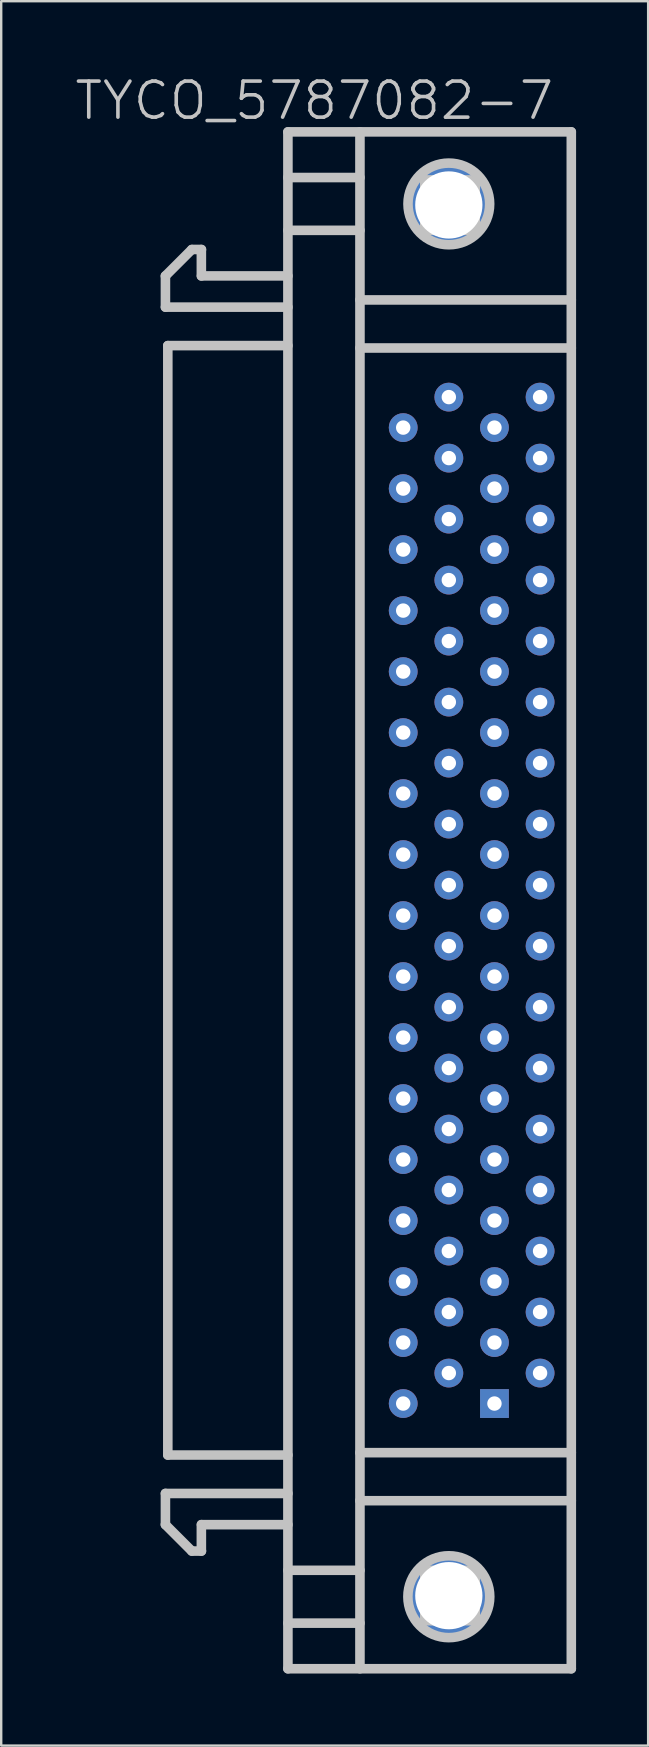
<source format=kicad_pcb>
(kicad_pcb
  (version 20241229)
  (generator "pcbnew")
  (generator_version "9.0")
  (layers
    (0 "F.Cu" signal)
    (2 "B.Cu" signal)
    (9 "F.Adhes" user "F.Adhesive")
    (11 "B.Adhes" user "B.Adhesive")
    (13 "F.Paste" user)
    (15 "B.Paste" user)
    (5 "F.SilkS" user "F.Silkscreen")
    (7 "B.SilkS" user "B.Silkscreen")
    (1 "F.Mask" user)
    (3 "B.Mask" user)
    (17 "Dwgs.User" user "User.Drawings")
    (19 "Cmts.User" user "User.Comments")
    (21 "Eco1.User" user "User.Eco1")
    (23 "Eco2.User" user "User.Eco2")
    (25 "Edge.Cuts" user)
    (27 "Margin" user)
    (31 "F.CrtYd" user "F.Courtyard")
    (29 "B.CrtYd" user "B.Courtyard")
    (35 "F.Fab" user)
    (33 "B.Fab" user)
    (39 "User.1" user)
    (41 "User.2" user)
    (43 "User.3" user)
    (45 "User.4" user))
  (footprint "TYCO_5787082-7"
    (layer "F.Cu")
    (at 10.039 34.441)
    (property "Reference" "TYCO_5787082-7" (at 0 -33.3 180) (layer "Dwgs.User") (effects (font (size 1.5 1.5) (thickness 0.15))))
    (attr through_hole)
    (fp_line (start -6.203 -25.999) (end -5.103 -27.099) (stroke (width 0.399) (type solid)) (layer "Dwgs.User"))
    (fp_line (start -6.203 25.997) (end -5.103 27.097) (stroke (width 0.399) (type solid)) (layer "Dwgs.User"))
    (fp_line (start -6.2 -26.002) (end -6.2 -24.701) (stroke (width 0.399) (type solid)) (layer "Dwgs.User"))
    (fp_line (start -6.2 -24.701) (end -1.1 -24.701) (stroke (width 0.399) (type solid)) (layer "Dwgs.User"))
    (fp_line (start -6.2 24.699) (end -1.1 24.699) (stroke (width 0.399) (type solid)) (layer "Dwgs.User"))
    (fp_line (start -6.2 25.999) (end -6.2 24.699) (stroke (width 0.399) (type solid)) (layer "Dwgs.User"))
    (fp_line (start -6.101 -23.099) (end -1.1 -23.099) (stroke (width 0.399) (type solid)) (layer "Dwgs.User"))
    (fp_line (start -6.101 23.099) (end -6.101 -23.099) (stroke (width 0.399) (type solid)) (layer "Dwgs.User"))
    (fp_line (start -6.101 23.099) (end -1.1 23.099) (stroke (width 0.399) (type solid)) (layer "Dwgs.User"))
    (fp_line (start -4.704 -27.099) (end -4.704 -25.999) (stroke (width 0.399) (type solid)) (layer "Dwgs.User"))
    (fp_line (start -4.704 27.097) (end -4.704 25.997) (stroke (width 0.399) (type solid)) (layer "Dwgs.User"))
    (fp_line (start -4.699 -27.102) (end -5.1 -27.102) (stroke (width 0.399) (type solid)) (layer "Dwgs.User"))
    (fp_line (start -4.699 -26.002) (end -1.1 -26.002) (stroke (width 0.399) (type solid)) (layer "Dwgs.User"))
    (fp_line (start -4.699 25.999) (end -1.1 25.999) (stroke (width 0.399) (type solid)) (layer "Dwgs.User"))
    (fp_line (start -4.699 27.099) (end -5.1 27.099) (stroke (width 0.399) (type solid)) (layer "Dwgs.User"))
    (fp_line (start -1.1 -31.999) (end -1.1 31.999) (stroke (width 0.399) (type solid)) (layer "Dwgs.User"))
    (fp_line (start -1.1 -27.899) (end 1.9 -27.899) (stroke (width 0.399) (type solid)) (layer "Dwgs.User"))
    (fp_line (start -1.1 31.999) (end 10.701 31.999) (stroke (width 0.399) (type solid)) (layer "Dwgs.User"))
    (fp_line (start 1.9 -31.999) (end 1.9 31.999) (stroke (width 0.399) (type solid)) (layer "Dwgs.User"))
    (fp_line (start 1.9 -30.099) (end -1.1 -30.099) (stroke (width 0.399) (type solid)) (layer "Dwgs.User"))
    (fp_line (start 1.9 -25.001) (end 10.701 -25.001) (stroke (width 0.399) (type solid)) (layer "Dwgs.User"))
    (fp_line (start 1.9 25.001) (end 10.701 25.001) (stroke (width 0.399) (type solid)) (layer "Dwgs.User"))
    (fp_line (start 1.9 27.899) (end -1.1 27.899) (stroke (width 0.399) (type solid)) (layer "Dwgs.User"))
    (fp_line (start 1.9 30.099) (end -1.1 30.099) (stroke (width 0.399) (type solid)) (layer "Dwgs.User"))
    (fp_line (start 4.6 -30) (end 6.701 -30) (stroke (width 0.399) (type solid)) (layer "Dwgs.User"))
    (fp_line (start 4.6 -27.899) (end 4.6 -30) (stroke (width 0.399) (type solid)) (layer "Dwgs.User"))
    (fp_line (start 4.6 27.899) (end 4.6 30) (stroke (width 0.399) (type solid)) (layer "Dwgs.User"))
    (fp_line (start 4.6 30) (end 6.701 30) (stroke (width 0.399) (type solid)) (layer "Dwgs.User"))
    (fp_line (start 6.701 -30) (end 6.701 -27.899) (stroke (width 0.399) (type solid)) (layer "Dwgs.User"))
    (fp_line (start 6.701 -27.899) (end 4.6 -27.899) (stroke (width 0.399) (type solid)) (layer "Dwgs.User"))
    (fp_line (start 6.701 27.899) (end 4.6 27.899) (stroke (width 0.399) (type solid)) (layer "Dwgs.User"))
    (fp_line (start 6.701 30) (end 6.701 27.899) (stroke (width 0.399) (type solid)) (layer "Dwgs.User"))
    (fp_line (start 10.701 -31.999) (end -1.1 -31.999) (stroke (width 0.399) (type solid)) (layer "Dwgs.User"))
    (fp_line (start 10.701 -23) (end 1.9 -23) (stroke (width 0.399) (type solid)) (layer "Dwgs.User"))
    (fp_line (start 10.701 23) (end 1.9 23) (stroke (width 0.399) (type solid)) (layer "Dwgs.User"))
    (fp_line (start 10.701 31.999) (end 10.701 -31.999) (stroke (width 0.399) (type solid)) (layer "Dwgs.User"))
    (fp_circle (center 5.601 -28.999) (end 6.401 -30.5) (stroke (width 0.399) (type solid)) (fill no) (layer "Dwgs.User"))
    (fp_circle (center 5.601 28.999) (end 5.499 30.701) (stroke (width 0.399) (type solid)) (fill no) (layer "Dwgs.User"))
    (pad "" thru_hole circle (at 5.601 -28.956 270) (size 3.4 3.4) (drill 2.8) (layers "*.Cu" "*.Mask"))
    (pad "" thru_hole circle (at 5.601 28.956 270) (size 3.4 3.4) (drill 2.8) (layers "*.Cu" "*.Mask"))
    (pad "1" thru_hole rect (at 7.501 20.955) (size 1.2 1.2) (drill 0.6) (layers "*.Cu" "*.Mask"))
    (pad "2" thru_hole circle (at 9.401 19.685 270) (size 1.2 1.2) (drill 0.6) (layers "*.Cu" "*.Mask"))
    (pad "3" thru_hole circle (at 7.501 18.415 270) (size 1.2 1.2) (drill 0.6) (layers "*.Cu" "*.Mask"))
    (pad "4" thru_hole circle (at 9.401 17.145 270) (size 1.2 1.2) (drill 0.6) (layers "*.Cu" "*.Mask"))
    (pad "5" thru_hole circle (at 7.501 15.875 270) (size 1.2 1.2) (drill 0.6) (layers "*.Cu" "*.Mask"))
    (pad "6" thru_hole circle (at 9.401 14.605 270) (size 1.2 1.2) (drill 0.6) (layers "*.Cu" "*.Mask"))
    (pad "7" thru_hole circle (at 7.501 13.335 270) (size 1.2 1.2) (drill 0.6) (layers "*.Cu" "*.Mask"))
    (pad "8" thru_hole circle (at 9.401 12.065 270) (size 1.2 1.2) (drill 0.6) (layers "*.Cu" "*.Mask"))
    (pad "9" thru_hole circle (at 7.501 10.795 270) (size 1.2 1.2) (drill 0.6) (layers "*.Cu" "*.Mask"))
    (pad "10" thru_hole circle (at 9.401 9.525 270) (size 1.2 1.2) (drill 0.6) (layers "*.Cu" "*.Mask"))
    (pad "11" thru_hole circle (at 7.501 8.255 270) (size 1.2 1.2) (drill 0.6) (layers "*.Cu" "*.Mask"))
    (pad "12" thru_hole circle (at 9.401 6.985 270) (size 1.2 1.2) (drill 0.6) (layers "*.Cu" "*.Mask"))
    (pad "13" thru_hole circle (at 7.501 5.715 270) (size 1.2 1.2) (drill 0.6) (layers "*.Cu" "*.Mask"))
    (pad "14" thru_hole circle (at 9.401 4.445 270) (size 1.2 1.2) (drill 0.6) (layers "*.Cu" "*.Mask"))
    (pad "15" thru_hole circle (at 7.501 3.175 270) (size 1.2 1.2) (drill 0.6) (layers "*.Cu" "*.Mask"))
    (pad "16" thru_hole circle (at 9.401 1.905 270) (size 1.2 1.2) (drill 0.6) (layers "*.Cu" "*.Mask"))
    (pad "17" thru_hole circle (at 7.501 0.635 270) (size 1.2 1.2) (drill 0.6) (layers "*.Cu" "*.Mask"))
    (pad "18" thru_hole circle (at 9.401 -0.635 270) (size 1.2 1.2) (drill 0.6) (layers "*.Cu" "*.Mask"))
    (pad "19" thru_hole circle (at 7.501 -1.905 270) (size 1.2 1.2) (drill 0.6) (layers "*.Cu" "*.Mask"))
    (pad "20" thru_hole circle (at 9.401 -3.175 270) (size 1.2 1.2) (drill 0.6) (layers "*.Cu" "*.Mask"))
    (pad "21" thru_hole circle (at 7.501 -4.445 270) (size 1.2 1.2) (drill 0.6) (layers "*.Cu" "*.Mask"))
    (pad "22" thru_hole circle (at 9.401 -5.715 270) (size 1.2 1.2) (drill 0.6) (layers "*.Cu" "*.Mask"))
    (pad "23" thru_hole circle (at 7.501 -6.985 270) (size 1.2 1.2) (drill 0.6) (layers "*.Cu" "*.Mask"))
    (pad "24" thru_hole circle (at 9.401 -8.255 270) (size 1.2 1.2) (drill 0.6) (layers "*.Cu" "*.Mask"))
    (pad "25" thru_hole circle (at 7.501 -9.525 270) (size 1.2 1.2) (drill 0.6) (layers "*.Cu" "*.Mask"))
    (pad "26" thru_hole circle (at 9.401 -10.795 270) (size 1.2 1.2) (drill 0.6) (layers "*.Cu" "*.Mask"))
    (pad "27" thru_hole circle (at 7.501 -12.065 270) (size 1.2 1.2) (drill 0.6) (layers "*.Cu" "*.Mask"))
    (pad "28" thru_hole circle (at 9.401 -13.335 270) (size 1.2 1.2) (drill 0.6) (layers "*.Cu" "*.Mask"))
    (pad "29" thru_hole circle (at 7.501 -14.605 270) (size 1.2 1.2) (drill 0.6) (layers "*.Cu" "*.Mask"))
    (pad "30" thru_hole circle (at 9.401 -15.875 270) (size 1.2 1.2) (drill 0.6) (layers "*.Cu" "*.Mask"))
    (pad "31" thru_hole circle (at 7.501 -17.145 270) (size 1.2 1.2) (drill 0.6) (layers "*.Cu" "*.Mask"))
    (pad "32" thru_hole circle (at 9.401 -18.415 270) (size 1.2 1.2) (drill 0.6) (layers "*.Cu" "*.Mask"))
    (pad "33" thru_hole circle (at 7.501 -19.685 270) (size 1.2 1.2) (drill 0.6) (layers "*.Cu" "*.Mask"))
    (pad "34" thru_hole circle (at 9.401 -20.955 270) (size 1.2 1.2) (drill 0.6) (layers "*.Cu" "*.Mask"))
    (pad "35" thru_hole circle (at 3.701 20.955 270) (size 1.2 1.2) (drill 0.6) (layers "*.Cu" "*.Mask"))
    (pad "36" thru_hole circle (at 5.601 19.685 270) (size 1.2 1.2) (drill 0.6) (layers "*.Cu" "*.Mask"))
    (pad "37" thru_hole circle (at 3.701 18.415 270) (size 1.2 1.2) (drill 0.6) (layers "*.Cu" "*.Mask"))
    (pad "38" thru_hole circle (at 5.601 17.145 270) (size 1.2 1.2) (drill 0.6) (layers "*.Cu" "*.Mask"))
    (pad "39" thru_hole circle (at 3.701 15.875 270) (size 1.2 1.2) (drill 0.6) (layers "*.Cu" "*.Mask"))
    (pad "40" thru_hole circle (at 5.601 14.605 270) (size 1.2 1.2) (drill 0.6) (layers "*.Cu" "*.Mask"))
    (pad "41" thru_hole circle (at 3.701 13.335 270) (size 1.2 1.2) (drill 0.6) (layers "*.Cu" "*.Mask"))
    (pad "42" thru_hole circle (at 5.601 12.065 270) (size 1.2 1.2) (drill 0.6) (layers "*.Cu" "*.Mask"))
    (pad "43" thru_hole circle (at 3.701 10.795 270) (size 1.2 1.2) (drill 0.6) (layers "*.Cu" "*.Mask"))
    (pad "44" thru_hole circle (at 5.601 9.525 270) (size 1.2 1.2) (drill 0.6) (layers "*.Cu" "*.Mask"))
    (pad "45" thru_hole circle (at 3.701 8.255 270) (size 1.2 1.2) (drill 0.6) (layers "*.Cu" "*.Mask"))
    (pad "46" thru_hole circle (at 5.601 6.985 270) (size 1.2 1.2) (drill 0.6) (layers "*.Cu" "*.Mask"))
    (pad "47" thru_hole circle (at 3.701 5.715 270) (size 1.2 1.2) (drill 0.6) (layers "*.Cu" "*.Mask"))
    (pad "48" thru_hole circle (at 5.601 4.445 270) (size 1.2 1.2) (drill 0.6) (layers "*.Cu" "*.Mask"))
    (pad "49" thru_hole circle (at 3.701 3.175 270) (size 1.2 1.2) (drill 0.6) (layers "*.Cu" "*.Mask"))
    (pad "50" thru_hole circle (at 5.601 1.905 270) (size 1.2 1.2) (drill 0.6) (layers "*.Cu" "*.Mask"))
    (pad "51" thru_hole circle (at 3.701 0.635 270) (size 1.2 1.2) (drill 0.6) (layers "*.Cu" "*.Mask"))
    (pad "52" thru_hole circle (at 5.601 -0.635 270) (size 1.2 1.2) (drill 0.6) (layers "*.Cu" "*.Mask"))
    (pad "53" thru_hole circle (at 3.701 -1.905 270) (size 1.2 1.2) (drill 0.6) (layers "*.Cu" "*.Mask"))
    (pad "54" thru_hole circle (at 5.601 -3.175 270) (size 1.2 1.2) (drill 0.6) (layers "*.Cu" "*.Mask"))
    (pad "55" thru_hole circle (at 3.701 -4.445 270) (size 1.2 1.2) (drill 0.6) (layers "*.Cu" "*.Mask"))
    (pad "56" thru_hole circle (at 5.601 -5.715 270) (size 1.2 1.2) (drill 0.6) (layers "*.Cu" "*.Mask"))
    (pad "57" thru_hole circle (at 3.701 -6.985 270) (size 1.2 1.2) (drill 0.6) (layers "*.Cu" "*.Mask"))
    (pad "58" thru_hole circle (at 5.601 -8.255 270) (size 1.2 1.2) (drill 0.6) (layers "*.Cu" "*.Mask"))
    (pad "59" thru_hole circle (at 3.701 -9.525 270) (size 1.2 1.2) (drill 0.6) (layers "*.Cu" "*.Mask"))
    (pad "60" thru_hole circle (at 5.601 -10.795 270) (size 1.2 1.2) (drill 0.6) (layers "*.Cu" "*.Mask"))
    (pad "61" thru_hole circle (at 3.701 -12.065 270) (size 1.2 1.2) (drill 0.6) (layers "*.Cu" "*.Mask"))
    (pad "62" thru_hole circle (at 5.601 -13.335 270) (size 1.2 1.2) (drill 0.6) (layers "*.Cu" "*.Mask"))
    (pad "63" thru_hole circle (at 3.701 -14.605 270) (size 1.2 1.2) (drill 0.6) (layers "*.Cu" "*.Mask"))
    (pad "64" thru_hole circle (at 5.601 -15.875 270) (size 1.2 1.2) (drill 0.6) (layers "*.Cu" "*.Mask"))
    (pad "65" thru_hole circle (at 3.701 -17.145 270) (size 1.2 1.2) (drill 0.6) (layers "*.Cu" "*.Mask"))
    (pad "66" thru_hole circle (at 5.601 -18.415 270) (size 1.2 1.2) (drill 0.6) (layers "*.Cu" "*.Mask"))
    (pad "67" thru_hole circle (at 3.701 -19.685 270) (size 1.2 1.2) (drill 0.6) (layers "*.Cu" "*.Mask"))
    (pad "68" thru_hole circle (at 5.601 -20.955 270) (size 1.2 1.2) (drill 0.6) (layers "*.Cu" "*.Mask")))
  (gr_rect
    (start -3 -3)
    (end 23.94 69.639)
    (stroke (width 0.1) (type default))
    (fill no)
    (layer "Edge.Cuts")))
</source>
